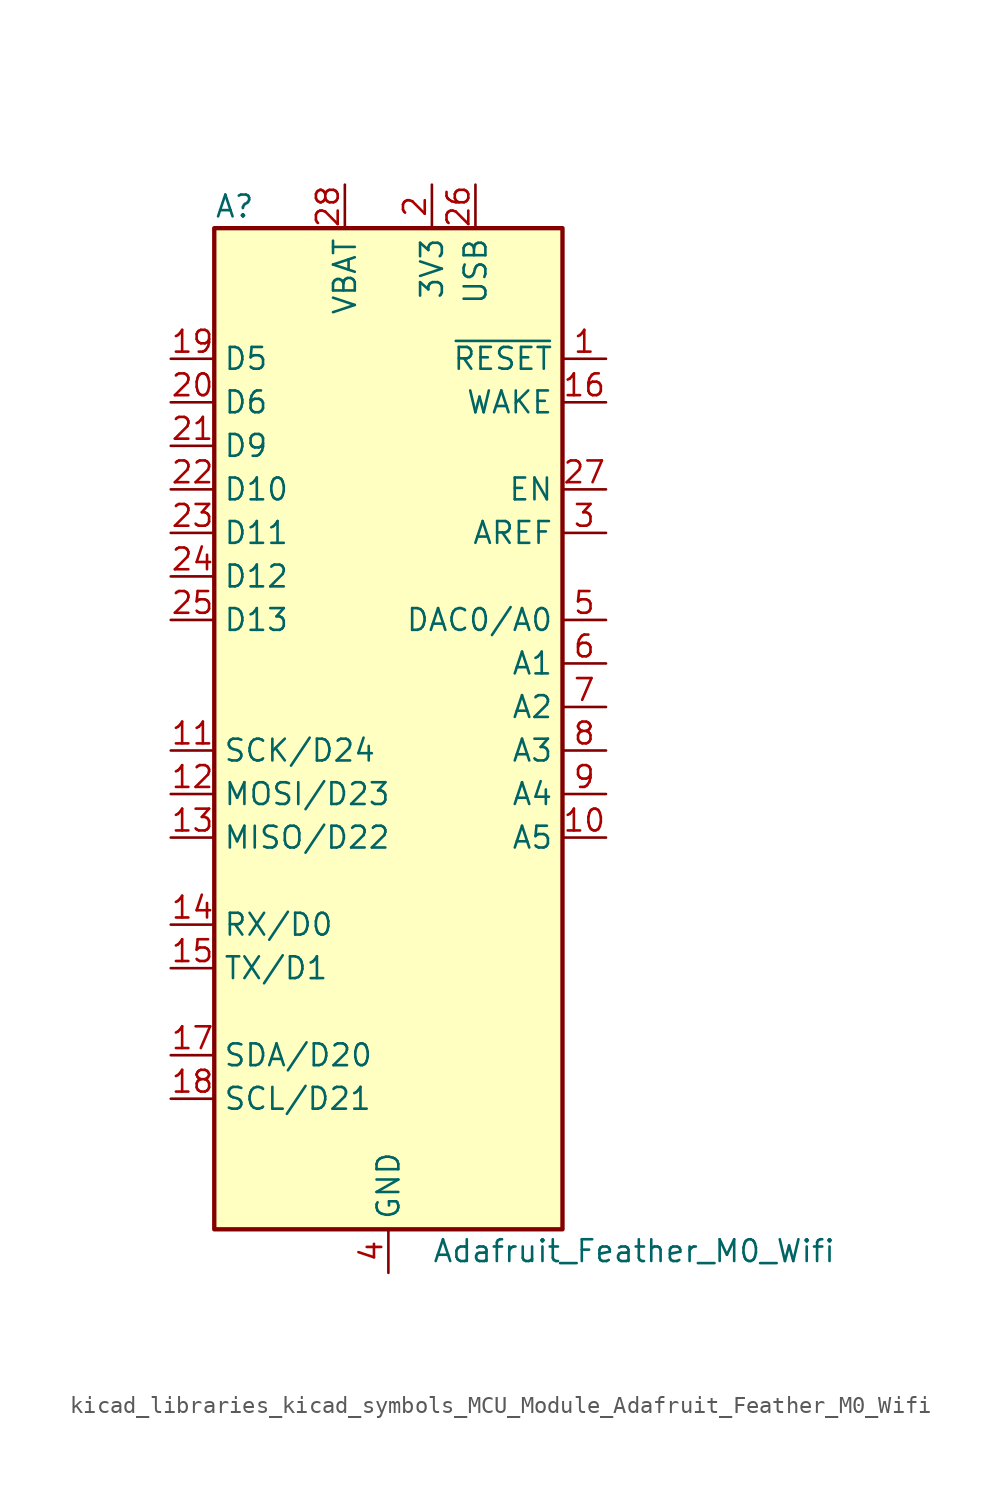
<source format=kicad_sym>
(kicad_symbol_lib
  (version 20220914)
  (generator kicad_symbol_editor)
  (symbol "kicad_libraries_kicad_symbols_MCU_Module_Adafruit_Feather_M0_Wifi"
    (property "Reference" "A"
      (at -10.16 29.21 0)
      (effects (font (size 1.27 1.27)) (justify left)))
    (property "Value" "Adafruit_Feather_M0_Wifi"
      (at 2.54 -31.75 0)
      (effects (font (size 1.27 1.27)) (justify left)))
    (symbol "kicad_libraries_kicad_symbols_MCU_Module_Adafruit_Feather_M0_Wifi_0_1"
      (rectangle (start -10.16 27.94) (end 10.16 -30.48) (stroke (width 0.254) (type default)) (fill (type background))))
    (symbol "kicad_libraries_kicad_symbols_MCU_Module_Adafruit_Feather_M0_Wifi_1_1"
      (pin input line (at 12.7 20.32 180) (length 2.54) (name "~{RESET}" (effects (font (size 1.27 1.27)))) (number "1" (effects (font (size 1.27 1.27)))))
      (pin bidirectional line (at 12.7 -7.62 180) (length 2.54) (name "A5" (effects (font (size 1.27 1.27)))) (number "10" (effects (font (size 1.27 1.27)))))
      (pin bidirectional line (at -12.7 -2.54 0) (length 2.54) (name "SCK/D24" (effects (font (size 1.27 1.27)))) (number "11" (effects (font (size 1.27 1.27)))))
      (pin bidirectional line (at -12.7 -5.08 0) (length 2.54) (name "MOSI/D23" (effects (font (size 1.27 1.27)))) (number "12" (effects (font (size 1.27 1.27)))))
      (pin bidirectional line (at -12.7 -7.62 0) (length 2.54) (name "MISO/D22" (effects (font (size 1.27 1.27)))) (number "13" (effects (font (size 1.27 1.27)))))
      (pin bidirectional line (at -12.7 -12.7 0) (length 2.54) (name "RX/D0" (effects (font (size 1.27 1.27)))) (number "14" (effects (font (size 1.27 1.27)))))
      (pin bidirectional line (at -12.7 -15.24 0) (length 2.54) (name "TX/D1" (effects (font (size 1.27 1.27)))) (number "15" (effects (font (size 1.27 1.27)))))
      (pin input line (at 12.7 17.78 180) (length 2.54) (name "WAKE" (effects (font (size 1.27 1.27)))) (number "16" (effects (font (size 1.27 1.27)))))
      (pin bidirectional line (at -12.7 -20.32 0) (length 2.54) (name "SDA/D20" (effects (font (size 1.27 1.27)))) (number "17" (effects (font (size 1.27 1.27)))))
      (pin bidirectional line (at -12.7 -22.86 0) (length 2.54) (name "SCL/D21" (effects (font (size 1.27 1.27)))) (number "18" (effects (font (size 1.27 1.27)))))
      (pin bidirectional line (at -12.7 20.32 0) (length 2.54) (name "D5" (effects (font (size 1.27 1.27)))) (number "19" (effects (font (size 1.27 1.27)))))
      (pin power_in line (at 2.54 30.48 270) (length 2.54) (name "3V3" (effects (font (size 1.27 1.27)))) (number "2" (effects (font (size 1.27 1.27)))))
      (pin bidirectional line (at -12.7 17.78 0) (length 2.54) (name "D6" (effects (font (size 1.27 1.27)))) (number "20" (effects (font (size 1.27 1.27)))))
      (pin bidirectional line (at -12.7 15.24 0) (length 2.54) (name "D9" (effects (font (size 1.27 1.27)))) (number "21" (effects (font (size 1.27 1.27)))))
      (pin bidirectional line (at -12.7 12.7 0) (length 2.54) (name "D10" (effects (font (size 1.27 1.27)))) (number "22" (effects (font (size 1.27 1.27)))))
      (pin bidirectional line (at -12.7 10.16 0) (length 2.54) (name "D11" (effects (font (size 1.27 1.27)))) (number "23" (effects (font (size 1.27 1.27)))))
      (pin bidirectional line (at -12.7 7.62 0) (length 2.54) (name "D12" (effects (font (size 1.27 1.27)))) (number "24" (effects (font (size 1.27 1.27)))))
      (pin bidirectional line (at -12.7 5.08 0) (length 2.54) (name "D13" (effects (font (size 1.27 1.27)))) (number "25" (effects (font (size 1.27 1.27)))))
      (pin power_in line (at 5.08 30.48 270) (length 2.54) (name "USB" (effects (font (size 1.27 1.27)))) (number "26" (effects (font (size 1.27 1.27)))))
      (pin input line (at 12.7 12.7 180) (length 2.54) (name "EN" (effects (font (size 1.27 1.27)))) (number "27" (effects (font (size 1.27 1.27)))))
      (pin power_in line (at -2.54 30.48 270) (length 2.54) (name "VBAT" (effects (font (size 1.27 1.27)))) (number "28" (effects (font (size 1.27 1.27)))))
      (pin input line (at 12.7 10.16 180) (length 2.54) (name "AREF" (effects (font (size 1.27 1.27)))) (number "3" (effects (font (size 1.27 1.27)))))
      (pin power_in line (at 0 -33.02 90) (length 2.54) (name "GND" (effects (font (size 1.27 1.27)))) (number "4" (effects (font (size 1.27 1.27)))))
      (pin bidirectional line (at 12.7 5.08 180) (length 2.54) (name "DAC0/A0" (effects (font (size 1.27 1.27)))) (number "5" (effects (font (size 1.27 1.27)))))
      (pin bidirectional line (at 12.7 2.54 180) (length 2.54) (name "A1" (effects (font (size 1.27 1.27)))) (number "6" (effects (font (size 1.27 1.27)))))
      (pin bidirectional line (at 12.7 0 180) (length 2.54) (name "A2" (effects (font (size 1.27 1.27)))) (number "7" (effects (font (size 1.27 1.27)))))
      (pin bidirectional line (at 12.7 -2.54 180) (length 2.54) (name "A3" (effects (font (size 1.27 1.27)))) (number "8" (effects (font (size 1.27 1.27)))))
      (pin bidirectional line (at 12.7 -5.08 180) (length 2.54) (name "A4" (effects (font (size 1.27 1.27)))) (number "9" (effects (font (size 1.27 1.27))))))))
</source>
